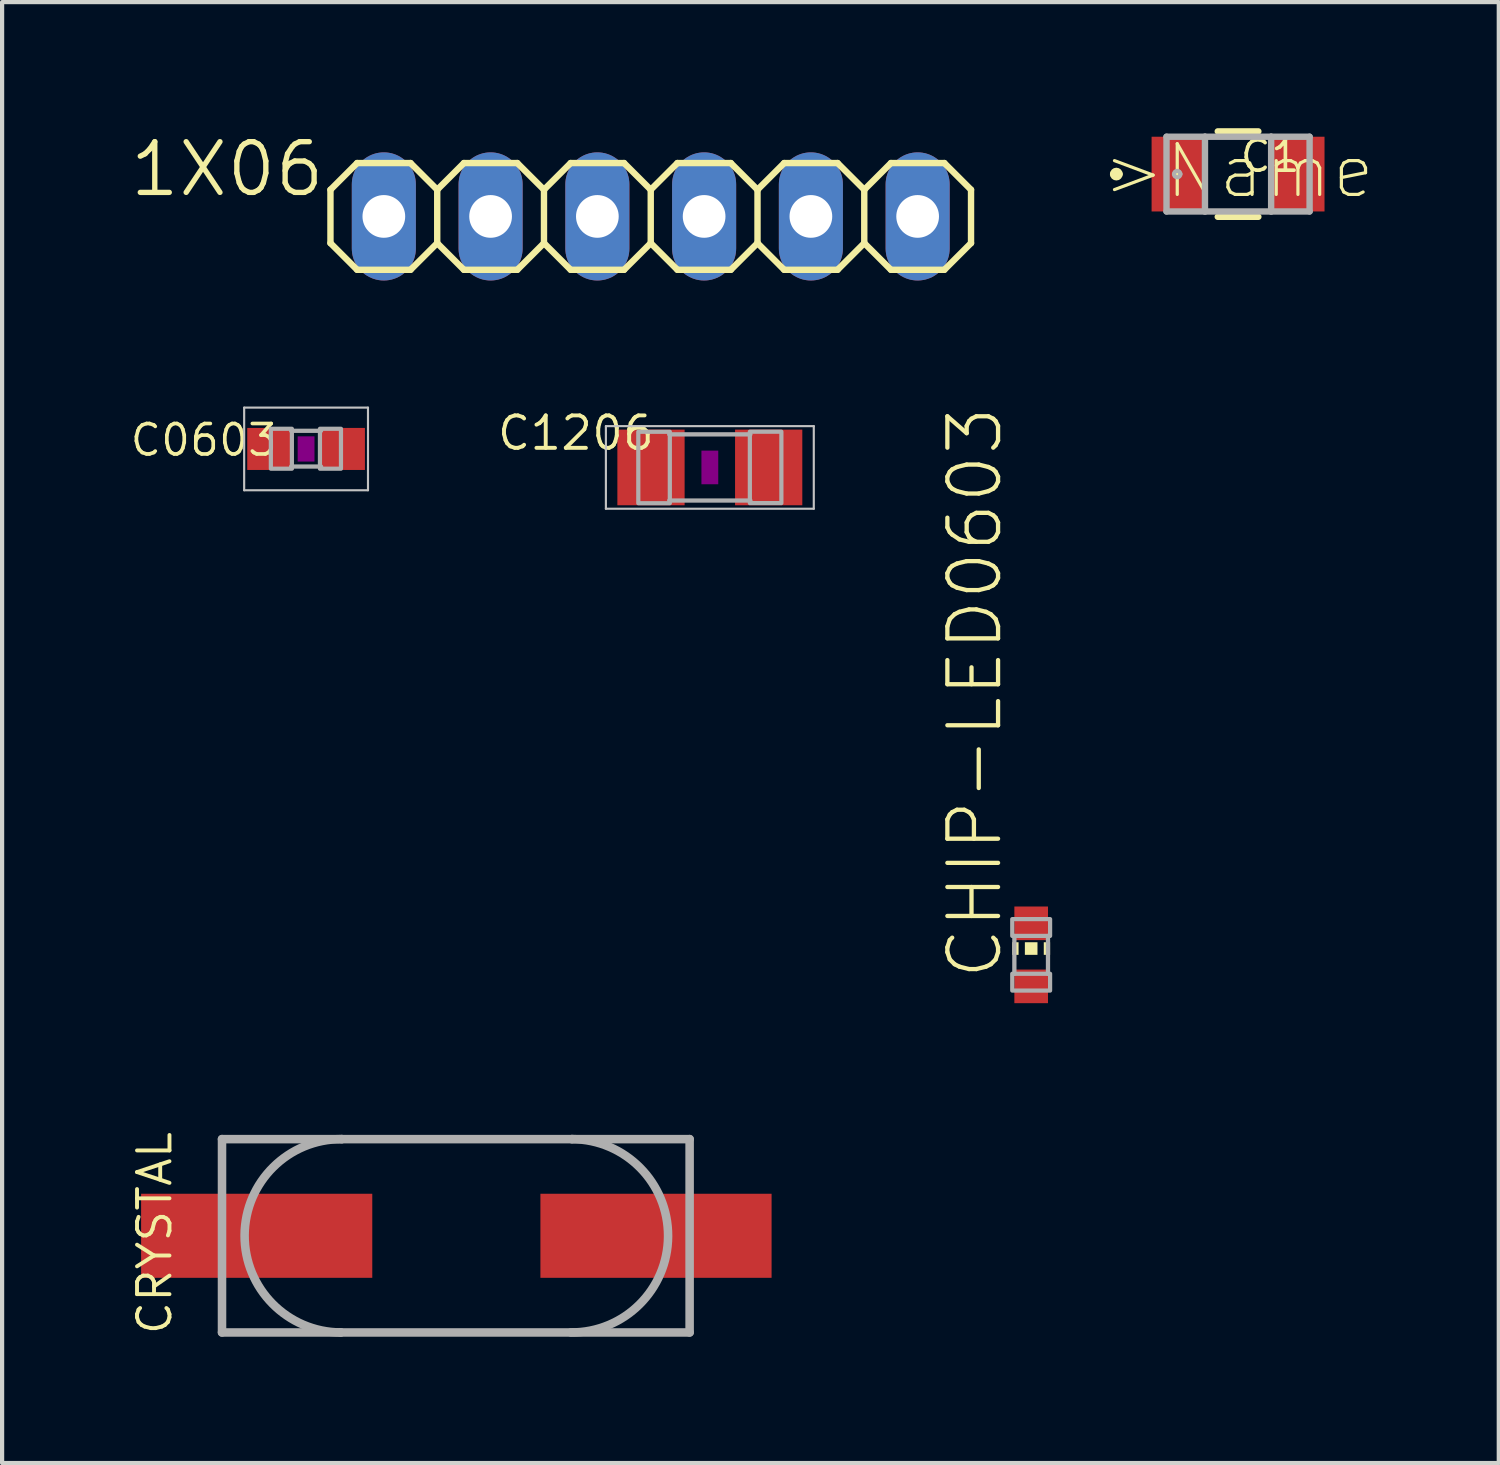
<source format=kicad_pcb>
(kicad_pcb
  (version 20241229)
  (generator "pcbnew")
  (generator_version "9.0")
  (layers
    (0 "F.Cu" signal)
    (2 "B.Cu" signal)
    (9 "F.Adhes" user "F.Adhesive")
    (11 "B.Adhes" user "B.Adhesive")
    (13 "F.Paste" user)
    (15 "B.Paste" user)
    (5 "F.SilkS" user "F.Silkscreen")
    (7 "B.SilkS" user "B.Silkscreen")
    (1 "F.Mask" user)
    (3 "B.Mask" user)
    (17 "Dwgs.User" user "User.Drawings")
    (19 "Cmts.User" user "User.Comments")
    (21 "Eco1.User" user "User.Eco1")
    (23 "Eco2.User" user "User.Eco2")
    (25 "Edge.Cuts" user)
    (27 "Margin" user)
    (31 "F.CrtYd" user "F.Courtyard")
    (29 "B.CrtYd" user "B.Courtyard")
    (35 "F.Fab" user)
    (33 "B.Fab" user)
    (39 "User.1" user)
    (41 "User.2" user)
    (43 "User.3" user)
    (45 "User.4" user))
  (footprint "C1"
    (layer "F.Cu")
    (at 26.405 1.092)
    (property "Reference" "C1" (at 0 0 0) (layer "F.SilkS") (effects (font (size 0.724 0.724) (thickness 0.087)) (justify left bottom)))
    (attr through_hole)
    (fp_line (start -0.483 1.016) (end 0.483 1.016) (stroke (width 0.152) (type solid)) (layer "F.SilkS"))
    (fp_line (start 0.483 -1.016) (end -0.483 -1.016) (stroke (width 0.152) (type solid)) (layer "F.SilkS"))
    (fp_arc (start -2.9718 0) (mid -2.8956 -0.0762) (end -2.8194 0) (stroke (width 0.1524) (type solid)) (layer "F.SilkS"))
    (fp_arc (start -2.8194 0) (mid -2.8956 0.0762) (end -2.9718 0) (stroke (width 0.1524) (type solid)) (layer "F.SilkS"))
    (fp_line (start -1.702 -0.889) (end -1.702 0.889) (stroke (width 0.152) (type solid)) (layer "F.Fab"))
    (fp_line (start -1.702 0.889) (end -0.787 0.889) (stroke (width 0.152) (type solid)) (layer "F.Fab"))
    (fp_line (start -0.787 -0.889) (end -1.702 -0.889) (stroke (width 0.152) (type solid)) (layer "F.Fab"))
    (fp_line (start -0.787 0.889) (end -0.787 -0.889) (stroke (width 0.152) (type solid)) (layer "F.Fab"))
    (fp_line (start -0.787 0.889) (end 0.787 0.889) (stroke (width 0.152) (type solid)) (layer "F.Fab"))
    (fp_line (start 0.787 -0.889) (end -0.787 -0.889) (stroke (width 0.152) (type solid)) (layer "F.Fab"))
    (fp_line (start 0.787 -0.889) (end 0.787 0.889) (stroke (width 0.152) (type solid)) (layer "F.Fab"))
    (fp_line (start 0.787 0.889) (end 1.702 0.889) (stroke (width 0.152) (type solid)) (layer "F.Fab"))
    (fp_line (start 1.702 -0.889) (end 0.787 -0.889) (stroke (width 0.152) (type solid)) (layer "F.Fab"))
    (fp_line (start 1.702 0.889) (end 1.702 -0.889) (stroke (width 0.152) (type solid)) (layer "F.Fab"))
    (fp_arc (start -1.524 0) (mid -1.4478 -0.0762) (end -1.3716 0) (stroke (width 0.1) (type solid)) (layer "F.Fab"))
    (fp_arc (start -1.3716 0) (mid -1.4478 0.0762) (end -1.524 0) (stroke (width 0.1) (type solid)) (layer "F.Fab"))
    (fp_text user ">Name" (at -3.277 0.635 0) (layer "F.SilkS") (effects (font (size 1.206 1.206) (thickness 0.076)) (justify left bottom)))
    (pad "1" smd rect (at -1.422 0) (size 1.27 1.778) (layers "F.Cu" "F.Mask" "F.Paste"))
    (pad "2" smd rect (at 1.422 0) (size 1.27 1.778) (layers "F.Cu" "F.Mask" "F.Paste")))
  (footprint "CHIP-LED0603"
    (layer "F.Cu")
    (at 21.483 19.667)
    (property "Reference" "CHIP-LED0603" (at -0.635 0.635 90) (layer "F.SilkS") (effects (font (size 1.206 1.206) (thickness 0.102)) (justify left bottom)))
    (attr through_hole)
    (fp_poly (pts (xy -0.45 0) (xy -0.3 0) (xy -0.3 -0.3) (xy -0.45 -0.3)) (stroke (width 0) (type solid)) (fill yes) (layer "F.SilkS"))
    (fp_poly (pts (xy -0.15 0) (xy 0.15 0) (xy 0.15 -0.3) (xy -0.15 -0.3)) (stroke (width 0) (type solid)) (fill yes) (layer "F.SilkS"))
    (fp_poly (pts (xy 0.3 0) (xy 0.45 0) (xy 0.45 -0.3) (xy 0.3 -0.3)) (stroke (width 0) (type solid)) (fill yes) (layer "F.SilkS"))
    (fp_line (start -0.4 -0.45) (end -0.4 0.45) (stroke (width 0.102) (type solid)) (layer "F.Fab"))
    (fp_line (start 0.4 -0.45) (end 0.4 0.45) (stroke (width 0.102) (type solid)) (layer "F.Fab"))
    (fp_poly (pts (xy -0.45 -0.45) (xy 0.45 -0.45) (xy 0.45 -0.85) (xy -0.45 -0.85)) (stroke (width 0.1) (type solid)) (fill no) (layer "F.Fab"))
    (fp_poly (pts (xy -0.45 0.85) (xy 0.45 0.85) (xy 0.45 0.45) (xy -0.45 0.45)) (stroke (width 0.1) (type solid)) (fill no) (layer "F.Fab"))
    (pad "A" smd rect (at 0 0.75) (size 0.8 0.8) (layers "F.Cu" "F.Mask" "F.Paste"))
    (pad "C" smd rect (at 0 -0.75) (size 0.8 0.8) (layers "F.Cu" "F.Mask" "F.Paste")))
  (footprint "CRYSTAL"
    (layer "F.Cu")
    (at 7.807 26.351)
    (property "Reference" "CRYSTAL" (at -7.629 -2.533 270) (layer "F.SilkS") (effects (font (size 0.772 0.772) (thickness 0.093)) (justify right top)))
    (attr through_hole)
    (fp_line (start -5.575 -2.3) (end -2.725 -2.3) (stroke (width 0.203) (type solid)) (layer "F.Fab"))
    (fp_line (start -5.575 2.3) (end -5.575 -2.3) (stroke (width 0.203) (type solid)) (layer "F.Fab"))
    (fp_line (start -2.75 2.3) (end -5.575 2.3) (stroke (width 0.203) (type solid)) (layer "F.Fab"))
    (fp_line (start -2.725 -2.3) (end 2.75 -2.3) (stroke (width 0.203) (type solid)) (layer "F.Fab"))
    (fp_line (start 2.75 -2.3) (end 5.55 -2.3) (stroke (width 0.203) (type solid)) (layer "F.Fab"))
    (fp_line (start 5.55 -2.3) (end 5.55 2.3) (stroke (width 0.203) (type solid)) (layer "F.Fab"))
    (fp_line (start 5.55 2.3) (end -2.75 2.3) (stroke (width 0.203) (type solid)) (layer "F.Fab"))
    (fp_arc (start -2.75 2.3) (mid -5.0375 -0.0125) (end -2.725 -2.3) (stroke (width 0.2032) (type solid)) (layer "F.Fab"))
    (fp_arc (start 2.75 -2.3) (mid 5.0375 0.0125) (end 2.725 2.3) (stroke (width 0.2032) (type solid)) (layer "F.Fab"))
    (pad "1" smd rect (at -4.75 0) (size 5.5 2) (layers "F.Cu" "F.Mask" "F.Paste"))
    (pad "2" smd rect (at 4.75 0) (size 5.5 2) (layers "F.Cu" "F.Mask" "F.Paste")))
  (footprint "1X06"
    (layer "F.Cu")
    (at 12.432 2.099)
    (property "Reference" "1X06" (at -7.696 -1.829 0) (layer "F.SilkS") (effects (font (size 1.206 1.206) (thickness 0.127)) (justify right top)))
    (attr through_hole)
    (fp_line (start -7.62 -0.635) (end -7.62 0.635) (stroke (width 0.152) (type solid)) (layer "F.SilkS"))
    (fp_line (start -7.62 0.635) (end -6.985 1.27) (stroke (width 0.152) (type solid)) (layer "F.SilkS"))
    (fp_line (start -6.985 -1.27) (end -7.62 -0.635) (stroke (width 0.152) (type solid)) (layer "F.SilkS"))
    (fp_line (start -6.985 -1.27) (end -5.715 -1.27) (stroke (width 0.152) (type solid)) (layer "F.SilkS"))
    (fp_line (start -5.715 -1.27) (end -5.08 -0.635) (stroke (width 0.152) (type solid)) (layer "F.SilkS"))
    (fp_line (start -5.715 1.27) (end -6.985 1.27) (stroke (width 0.152) (type solid)) (layer "F.SilkS"))
    (fp_line (start -5.08 -0.635) (end -5.08 0.635) (stroke (width 0.152) (type solid)) (layer "F.SilkS"))
    (fp_line (start -5.08 -0.635) (end -4.445 -1.27) (stroke (width 0.152) (type solid)) (layer "F.SilkS"))
    (fp_line (start -5.08 0.635) (end -5.715 1.27) (stroke (width 0.152) (type solid)) (layer "F.SilkS"))
    (fp_line (start -4.445 -1.27) (end -3.175 -1.27) (stroke (width 0.152) (type solid)) (layer "F.SilkS"))
    (fp_line (start -4.445 1.27) (end -5.08 0.635) (stroke (width 0.152) (type solid)) (layer "F.SilkS"))
    (fp_line (start -3.175 -1.27) (end -2.54 -0.635) (stroke (width 0.152) (type solid)) (layer "F.SilkS"))
    (fp_line (start -3.175 1.27) (end -4.445 1.27) (stroke (width 0.152) (type solid)) (layer "F.SilkS"))
    (fp_line (start -2.54 -0.635) (end -2.54 0.635) (stroke (width 0.152) (type solid)) (layer "F.SilkS"))
    (fp_line (start -2.54 -0.635) (end -1.905 -1.27) (stroke (width 0.152) (type solid)) (layer "F.SilkS"))
    (fp_line (start -2.54 0.635) (end -3.175 1.27) (stroke (width 0.152) (type solid)) (layer "F.SilkS"))
    (fp_line (start -1.905 -1.27) (end -0.635 -1.27) (stroke (width 0.152) (type solid)) (layer "F.SilkS"))
    (fp_line (start -1.905 1.27) (end -2.54 0.635) (stroke (width 0.152) (type solid)) (layer "F.SilkS"))
    (fp_line (start -0.635 -1.27) (end 0 -0.635) (stroke (width 0.152) (type solid)) (layer "F.SilkS"))
    (fp_line (start -0.635 1.27) (end -1.905 1.27) (stroke (width 0.152) (type solid)) (layer "F.SilkS"))
    (fp_line (start 0 -0.635) (end 0 0.635) (stroke (width 0.152) (type solid)) (layer "F.SilkS"))
    (fp_line (start 0 0.635) (end -0.635 1.27) (stroke (width 0.152) (type solid)) (layer "F.SilkS"))
    (fp_line (start 0 0.635) (end 0.635 1.27) (stroke (width 0.152) (type solid)) (layer "F.SilkS"))
    (fp_line (start 0.635 -1.27) (end 0 -0.635) (stroke (width 0.152) (type solid)) (layer "F.SilkS"))
    (fp_line (start 0.635 -1.27) (end 1.905 -1.27) (stroke (width 0.152) (type solid)) (layer "F.SilkS"))
    (fp_line (start 1.905 -1.27) (end 2.54 -0.635) (stroke (width 0.152) (type solid)) (layer "F.SilkS"))
    (fp_line (start 1.905 1.27) (end 0.635 1.27) (stroke (width 0.152) (type solid)) (layer "F.SilkS"))
    (fp_line (start 2.54 -0.635) (end 2.54 0.635) (stroke (width 0.152) (type solid)) (layer "F.SilkS"))
    (fp_line (start 2.54 -0.635) (end 3.175 -1.27) (stroke (width 0.152) (type solid)) (layer "F.SilkS"))
    (fp_line (start 2.54 0.635) (end 1.905 1.27) (stroke (width 0.152) (type solid)) (layer "F.SilkS"))
    (fp_line (start 3.175 -1.27) (end 4.445 -1.27) (stroke (width 0.152) (type solid)) (layer "F.SilkS"))
    (fp_line (start 3.175 1.27) (end 2.54 0.635) (stroke (width 0.152) (type solid)) (layer "F.SilkS"))
    (fp_line (start 4.445 -1.27) (end 5.08 -0.635) (stroke (width 0.152) (type solid)) (layer "F.SilkS"))
    (fp_line (start 4.445 1.27) (end 3.175 1.27) (stroke (width 0.152) (type solid)) (layer "F.SilkS"))
    (fp_line (start 5.08 -0.635) (end 5.08 0.635) (stroke (width 0.152) (type solid)) (layer "F.SilkS"))
    (fp_line (start 5.08 0.635) (end 4.445 1.27) (stroke (width 0.152) (type solid)) (layer "F.SilkS"))
    (fp_line (start 5.08 0.635) (end 5.715 1.27) (stroke (width 0.152) (type solid)) (layer "F.SilkS"))
    (fp_line (start 5.715 -1.27) (end 5.08 -0.635) (stroke (width 0.152) (type solid)) (layer "F.SilkS"))
    (fp_line (start 5.715 -1.27) (end 6.985 -1.27) (stroke (width 0.152) (type solid)) (layer "F.SilkS"))
    (fp_line (start 6.985 -1.27) (end 7.62 -0.635) (stroke (width 0.152) (type solid)) (layer "F.SilkS"))
    (fp_line (start 6.985 1.27) (end 5.715 1.27) (stroke (width 0.152) (type solid)) (layer "F.SilkS"))
    (fp_line (start 7.62 -0.635) (end 7.62 0.635) (stroke (width 0.152) (type solid)) (layer "F.SilkS"))
    (fp_line (start 7.62 0.635) (end 6.985 1.27) (stroke (width 0.152) (type solid)) (layer "F.SilkS"))
    (fp_poly (pts (xy -6.604 0.254) (xy -6.096 0.254) (xy -6.096 -0.254) (xy -6.604 -0.254)) (stroke (width 0.1) (type solid)) (fill no) (layer "F.Fab"))
    (fp_poly (pts (xy -4.064 0.254) (xy -3.556 0.254) (xy -3.556 -0.254) (xy -4.064 -0.254)) (stroke (width 0.1) (type solid)) (fill no) (layer "F.Fab"))
    (fp_poly (pts (xy -1.524 0.254) (xy -1.016 0.254) (xy -1.016 -0.254) (xy -1.524 -0.254)) (stroke (width 0.1) (type solid)) (fill no) (layer "F.Fab"))
    (fp_poly (pts (xy 1.016 0.254) (xy 1.524 0.254) (xy 1.524 -0.254) (xy 1.016 -0.254)) (stroke (width 0.1) (type solid)) (fill no) (layer "F.Fab"))
    (fp_poly (pts (xy 3.556 0.254) (xy 4.064 0.254) (xy 4.064 -0.254) (xy 3.556 -0.254)) (stroke (width 0.1) (type solid)) (fill no) (layer "F.Fab"))
    (fp_poly (pts (xy 6.096 0.254) (xy 6.604 0.254) (xy 6.604 -0.254) (xy 6.096 -0.254)) (stroke (width 0.1) (type solid)) (fill no) (layer "F.Fab"))
    (pad "1" thru_hole oval (at -6.35 0 90) (size 3.048 1.524) (drill 1.016) (layers "*.Cu" "*.Mask"))
    (pad "2" thru_hole oval (at -3.81 0 90) (size 3.048 1.524) (drill 1.016) (layers "*.Cu" "*.Mask"))
    (pad "3" thru_hole oval (at -1.27 0 90) (size 3.048 1.524) (drill 1.016) (layers "*.Cu" "*.Mask"))
    (pad "4" thru_hole oval (at 1.27 0 90) (size 3.048 1.524) (drill 1.016) (layers "*.Cu" "*.Mask"))
    (pad "5" thru_hole oval (at 3.81 0 90) (size 3.048 1.524) (drill 1.016) (layers "*.Cu" "*.Mask"))
    (pad "6" thru_hole oval (at 6.35 0 90) (size 3.048 1.524) (drill 1.016) (layers "*.Cu" "*.Mask")))
  (footprint "C1206"
    (layer "F.Cu")
    (at 13.838 8.071)
    (property "Reference" "C1206" (at -1.27 -1.27 180) (layer "F.SilkS") (effects (font (size 0.772 0.772) (thickness 0.093)) (justify right top)))
    (attr through_hole)
    (fp_poly (pts (xy -0.2 0.4) (xy 0.2 0.4) (xy 0.2 -0.4) (xy -0.2 -0.4)) (stroke (width 0) (type solid)) (fill yes) (layer "F.Adhes"))
    (fp_line (start -2.473 -0.983) (end 2.473 -0.983) (stroke (width 0.051) (type solid)) (layer "Dwgs.User"))
    (fp_line (start -2.473 0.983) (end -2.473 -0.983) (stroke (width 0.051) (type solid)) (layer "Dwgs.User"))
    (fp_line (start 2.473 -0.983) (end 2.473 0.983) (stroke (width 0.051) (type solid)) (layer "Dwgs.User"))
    (fp_line (start 2.473 0.983) (end -2.473 0.983) (stroke (width 0.051) (type solid)) (layer "Dwgs.User"))
    (fp_line (start -0.965 -0.787) (end 0.965 -0.787) (stroke (width 0.102) (type solid)) (layer "F.Fab"))
    (fp_line (start -0.965 0.787) (end 0.965 0.787) (stroke (width 0.102) (type solid)) (layer "F.Fab"))
    (fp_poly (pts (xy -1.702 0.851) (xy -0.952 0.851) (xy -0.952 -0.849) (xy -1.702 -0.849)) (stroke (width 0.1) (type solid)) (fill no) (layer "F.Fab"))
    (fp_poly (pts (xy 0.952 0.849) (xy 1.702 0.849) (xy 1.702 -0.851) (xy 0.952 -0.851)) (stroke (width 0.1) (type solid)) (fill no) (layer "F.Fab"))
    (pad "1" smd rect (at -1.4 0) (size 1.6 1.8) (layers "F.Cu" "F.Mask" "F.Paste"))
    (pad "2" smd rect (at 1.4 0) (size 1.6 1.8) (layers "F.Cu" "F.Mask" "F.Paste")))
  (footprint "C0603"
    (layer "F.Cu")
    (at 4.232 7.631)
    (property "Reference" "C0603" (at -0.635 -0.635 180) (layer "F.SilkS") (effects (font (size 0.724 0.724) (thickness 0.087)) (justify right top)))
    (attr through_hole)
    (fp_poly (pts (xy -0.2 0.3) (xy 0.2 0.3) (xy 0.2 -0.3) (xy -0.2 -0.3)) (stroke (width 0) (type solid)) (fill yes) (layer "F.Adhes"))
    (fp_line (start -1.473 -0.983) (end 1.473 -0.983) (stroke (width 0.051) (type solid)) (layer "Dwgs.User"))
    (fp_line (start -1.473 0.983) (end -1.473 -0.983) (stroke (width 0.051) (type solid)) (layer "Dwgs.User"))
    (fp_line (start 1.473 -0.983) (end 1.473 0.983) (stroke (width 0.051) (type solid)) (layer "Dwgs.User"))
    (fp_line (start 1.473 0.983) (end -1.473 0.983) (stroke (width 0.051) (type solid)) (layer "Dwgs.User"))
    (fp_line (start -0.356 -0.432) (end 0.356 -0.432) (stroke (width 0.102) (type solid)) (layer "F.Fab"))
    (fp_line (start -0.356 0.419) (end 0.356 0.419) (stroke (width 0.102) (type solid)) (layer "F.Fab"))
    (fp_poly (pts (xy -0.838 0.47) (xy -0.338 0.47) (xy -0.338 -0.48) (xy -0.838 -0.48)) (stroke (width 0.1) (type solid)) (fill no) (layer "F.Fab"))
    (fp_poly (pts (xy 0.33 0.47) (xy 0.83 0.47) (xy 0.83 -0.48) (xy 0.33 -0.48)) (stroke (width 0.1) (type solid)) (fill no) (layer "F.Fab"))
    (pad "1" smd rect (at -0.85 0) (size 1.1 1) (layers "F.Cu" "F.Mask" "F.Paste"))
    (pad "2" smd rect (at 0.85 0) (size 1.1 1) (layers "F.Cu" "F.Mask" "F.Paste")))
  (gr_rect
    (start -3 -3)
    (end 32.608 31.758)
    (stroke (width 0.1) (type default))
    (fill no)
    (layer "Edge.Cuts")))
</source>
